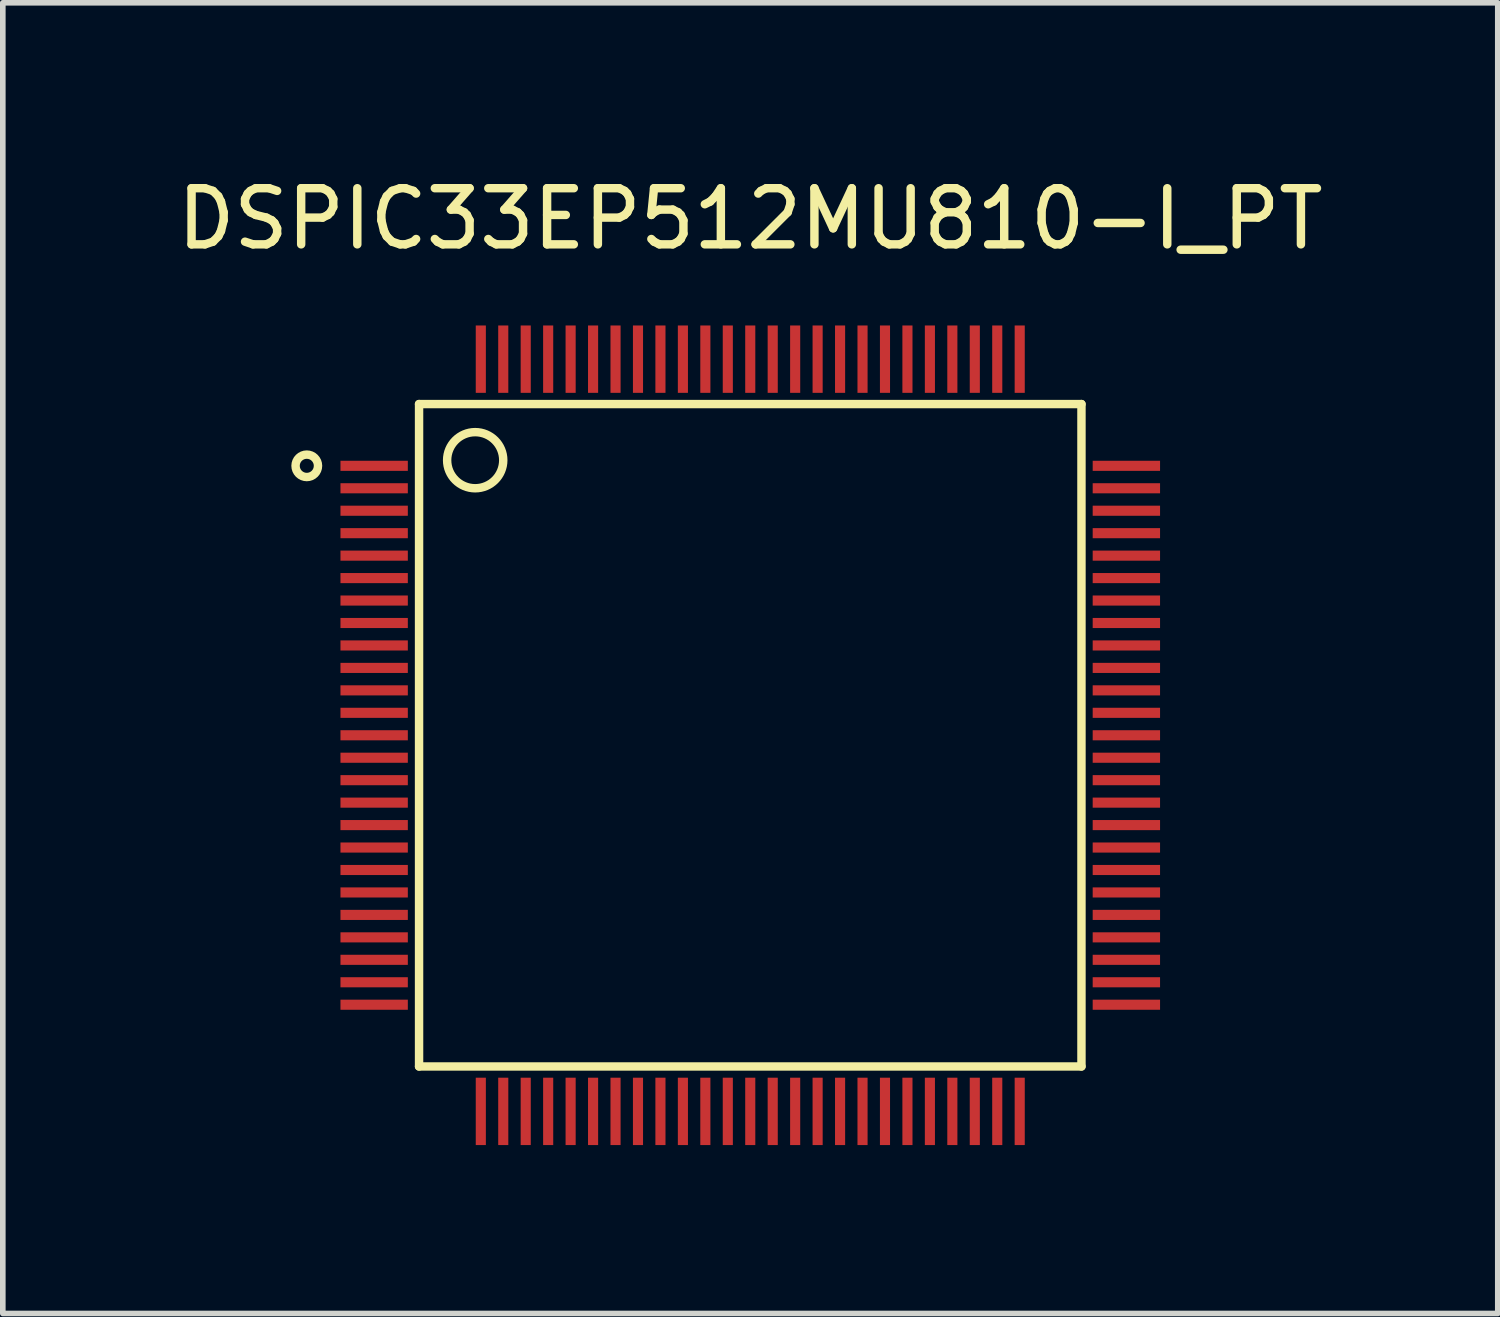
<source format=kicad_pcb>
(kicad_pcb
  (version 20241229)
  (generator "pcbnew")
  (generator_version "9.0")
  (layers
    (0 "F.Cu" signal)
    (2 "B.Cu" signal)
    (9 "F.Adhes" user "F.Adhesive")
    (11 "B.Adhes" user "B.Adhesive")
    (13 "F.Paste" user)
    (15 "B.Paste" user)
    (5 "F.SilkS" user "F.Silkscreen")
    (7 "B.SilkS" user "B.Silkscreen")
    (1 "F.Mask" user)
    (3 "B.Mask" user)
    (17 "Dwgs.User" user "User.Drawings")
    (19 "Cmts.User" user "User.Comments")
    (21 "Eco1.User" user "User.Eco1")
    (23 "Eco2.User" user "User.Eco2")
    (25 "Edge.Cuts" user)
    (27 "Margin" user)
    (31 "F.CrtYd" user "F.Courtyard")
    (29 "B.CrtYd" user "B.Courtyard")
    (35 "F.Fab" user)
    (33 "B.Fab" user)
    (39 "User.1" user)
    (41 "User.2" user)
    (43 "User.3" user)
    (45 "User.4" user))
  (footprint "DSPIC33EP512MU810-I_PT"
    (layer "F.Cu")
    (at 3.615 3.348)
    (property "Reference" "DSPIC33EP512MU810-I_PT" (at 6.7 -2.5 0) (layer "F.SilkS") (effects (font (size 1 1) (thickness 0.15))))
    (attr through_hole)
    (fp_line (start 0.8 0.8) (end 0.8 12.6) (stroke (width 0.15) (type solid)) (layer "F.SilkS"))
    (fp_line (start 0.8 0.8) (end 12.6 0.8) (stroke (width 0.15) (type solid)) (layer "F.SilkS"))
    (fp_line (start 0.8 12.6) (end 12.6 12.6) (stroke (width 0.15) (type solid)) (layer "F.SilkS"))
    (fp_line (start 12.6 12.6) (end 12.6 0.8) (stroke (width 0.15) (type solid)) (layer "F.SilkS"))
    (fp_circle (center -1.2 1.9) (end -1.2 1.7) (stroke (width 0.15) (type solid)) (fill no) (layer "F.SilkS"))
    (fp_circle (center 1.8 1.8) (end 1.8 1.3) (stroke (width 0.15) (type solid)) (fill no) (layer "F.SilkS"))
    (pad "1" smd rect (at 0 1.9) (size 1.2 0.18) (layers "F.Cu" "F.Mask" "F.Paste"))
    (pad "2" smd rect (at 0 2.3) (size 1.2 0.18) (layers "F.Cu" "F.Mask" "F.Paste"))
    (pad "3" smd rect (at 0 2.7) (size 1.2 0.18) (layers "F.Cu" "F.Mask" "F.Paste"))
    (pad "4" smd rect (at 0 3.1) (size 1.2 0.18) (layers "F.Cu" "F.Mask" "F.Paste"))
    (pad "5" smd rect (at 0 3.5) (size 1.2 0.18) (layers "F.Cu" "F.Mask" "F.Paste"))
    (pad "6" smd rect (at 0 3.9) (size 1.2 0.18) (layers "F.Cu" "F.Mask" "F.Paste"))
    (pad "7" smd rect (at 0 4.3) (size 1.2 0.18) (layers "F.Cu" "F.Mask" "F.Paste"))
    (pad "8" smd rect (at 0 4.7) (size 1.2 0.18) (layers "F.Cu" "F.Mask" "F.Paste"))
    (pad "9" smd rect (at 0 5.1) (size 1.2 0.18) (layers "F.Cu" "F.Mask" "F.Paste"))
    (pad "10" smd rect (at 0 5.5) (size 1.2 0.18) (layers "F.Cu" "F.Mask" "F.Paste"))
    (pad "11" smd rect (at 0 5.9) (size 1.2 0.18) (layers "F.Cu" "F.Mask" "F.Paste"))
    (pad "12" smd rect (at 0 6.3) (size 1.2 0.18) (layers "F.Cu" "F.Mask" "F.Paste"))
    (pad "13" smd rect (at 0 6.7) (size 1.2 0.18) (layers "F.Cu" "F.Mask" "F.Paste"))
    (pad "14" smd rect (at 0 7.1) (size 1.2 0.18) (layers "F.Cu" "F.Mask" "F.Paste"))
    (pad "15" smd rect (at 0 7.5) (size 1.2 0.18) (layers "F.Cu" "F.Mask" "F.Paste"))
    (pad "16" smd rect (at 0 7.9) (size 1.2 0.18) (layers "F.Cu" "F.Mask" "F.Paste"))
    (pad "17" smd rect (at 0 8.3) (size 1.2 0.18) (layers "F.Cu" "F.Mask" "F.Paste"))
    (pad "18" smd rect (at 0 8.7) (size 1.2 0.18) (layers "F.Cu" "F.Mask" "F.Paste"))
    (pad "19" smd rect (at 0 9.1) (size 1.2 0.18) (layers "F.Cu" "F.Mask" "F.Paste"))
    (pad "20" smd rect (at 0 9.5) (size 1.2 0.18) (layers "F.Cu" "F.Mask" "F.Paste"))
    (pad "21" smd rect (at 0 9.9) (size 1.2 0.18) (layers "F.Cu" "F.Mask" "F.Paste"))
    (pad "22" smd rect (at 0 10.3) (size 1.2 0.18) (layers "F.Cu" "F.Mask" "F.Paste"))
    (pad "23" smd rect (at 0 10.7) (size 1.2 0.18) (layers "F.Cu" "F.Mask" "F.Paste"))
    (pad "24" smd rect (at 0 11.1) (size 1.2 0.18) (layers "F.Cu" "F.Mask" "F.Paste"))
    (pad "25" smd rect (at 0 11.5) (size 1.2 0.18) (layers "F.Cu" "F.Mask" "F.Paste"))
    (pad "26" smd rect (at 1.9 13.4) (size 0.18 1.2) (layers "F.Cu" "F.Mask" "F.Paste"))
    (pad "27" smd rect (at 2.3 13.4) (size 0.18 1.2) (layers "F.Cu" "F.Mask" "F.Paste"))
    (pad "28" smd rect (at 2.7 13.4) (size 0.18 1.2) (layers "F.Cu" "F.Mask" "F.Paste"))
    (pad "29" smd rect (at 3.1 13.4) (size 0.18 1.2) (layers "F.Cu" "F.Mask" "F.Paste"))
    (pad "30" smd rect (at 3.5 13.4) (size 0.18 1.2) (layers "F.Cu" "F.Mask" "F.Paste"))
    (pad "31" smd rect (at 3.9 13.4) (size 0.18 1.2) (layers "F.Cu" "F.Mask" "F.Paste"))
    (pad "32" smd rect (at 4.3 13.4) (size 0.18 1.2) (layers "F.Cu" "F.Mask" "F.Paste"))
    (pad "33" smd rect (at 4.7 13.4) (size 0.18 1.2) (layers "F.Cu" "F.Mask" "F.Paste"))
    (pad "34" smd rect (at 5.1 13.4) (size 0.18 1.2) (layers "F.Cu" "F.Mask" "F.Paste"))
    (pad "35" smd rect (at 5.5 13.4) (size 0.18 1.2) (layers "F.Cu" "F.Mask" "F.Paste"))
    (pad "36" smd rect (at 5.9 13.4) (size 0.18 1.2) (layers "F.Cu" "F.Mask" "F.Paste"))
    (pad "37" smd rect (at 6.3 13.4) (size 0.18 1.2) (layers "F.Cu" "F.Mask" "F.Paste"))
    (pad "38" smd rect (at 6.7 13.4) (size 0.18 1.2) (layers "F.Cu" "F.Mask" "F.Paste"))
    (pad "39" smd rect (at 7.1 13.4) (size 0.18 1.2) (layers "F.Cu" "F.Mask" "F.Paste"))
    (pad "40" smd rect (at 7.5 13.4) (size 0.18 1.2) (layers "F.Cu" "F.Mask" "F.Paste"))
    (pad "41" smd rect (at 7.9 13.4) (size 0.18 1.2) (layers "F.Cu" "F.Mask" "F.Paste"))
    (pad "42" smd rect (at 8.3 13.4) (size 0.18 1.2) (layers "F.Cu" "F.Mask" "F.Paste"))
    (pad "43" smd rect (at 8.7 13.4) (size 0.18 1.2) (layers "F.Cu" "F.Mask" "F.Paste"))
    (pad "44" smd rect (at 9.1 13.4) (size 0.18 1.2) (layers "F.Cu" "F.Mask" "F.Paste"))
    (pad "45" smd rect (at 9.5 13.4) (size 0.18 1.2) (layers "F.Cu" "F.Mask" "F.Paste"))
    (pad "46" smd rect (at 9.9 13.4) (size 0.18 1.2) (layers "F.Cu" "F.Mask" "F.Paste"))
    (pad "47" smd rect (at 10.3 13.4) (size 0.18 1.2) (layers "F.Cu" "F.Mask" "F.Paste"))
    (pad "48" smd rect (at 10.7 13.4) (size 0.18 1.2) (layers "F.Cu" "F.Mask" "F.Paste"))
    (pad "49" smd rect (at 11.1 13.4) (size 0.18 1.2) (layers "F.Cu" "F.Mask" "F.Paste"))
    (pad "50" smd rect (at 11.5 13.4) (size 0.18 1.2) (layers "F.Cu" "F.Mask" "F.Paste"))
    (pad "51" smd rect (at 13.4 11.5) (size 1.2 0.18) (layers "F.Cu" "F.Mask" "F.Paste"))
    (pad "52" smd rect (at 13.4 11.1) (size 1.2 0.18) (layers "F.Cu" "F.Mask" "F.Paste"))
    (pad "53" smd rect (at 13.4 10.7) (size 1.2 0.18) (layers "F.Cu" "F.Mask" "F.Paste"))
    (pad "54" smd rect (at 13.4 10.3) (size 1.2 0.18) (layers "F.Cu" "F.Mask" "F.Paste"))
    (pad "55" smd rect (at 13.4 9.9) (size 1.2 0.18) (layers "F.Cu" "F.Mask" "F.Paste"))
    (pad "56" smd rect (at 13.4 9.5) (size 1.2 0.18) (layers "F.Cu" "F.Mask" "F.Paste"))
    (pad "57" smd rect (at 13.4 9.1) (size 1.2 0.18) (layers "F.Cu" "F.Mask" "F.Paste"))
    (pad "58" smd rect (at 13.4 8.7) (size 1.2 0.18) (layers "F.Cu" "F.Mask" "F.Paste"))
    (pad "59" smd rect (at 13.4 8.3) (size 1.2 0.18) (layers "F.Cu" "F.Mask" "F.Paste"))
    (pad "60" smd rect (at 13.4 7.9) (size 1.2 0.18) (layers "F.Cu" "F.Mask" "F.Paste"))
    (pad "61" smd rect (at 13.4 7.5) (size 1.2 0.18) (layers "F.Cu" "F.Mask" "F.Paste"))
    (pad "62" smd rect (at 13.4 7.1) (size 1.2 0.18) (layers "F.Cu" "F.Mask" "F.Paste"))
    (pad "63" smd rect (at 13.4 6.7) (size 1.2 0.18) (layers "F.Cu" "F.Mask" "F.Paste"))
    (pad "64" smd rect (at 13.4 6.3) (size 1.2 0.18) (layers "F.Cu" "F.Mask" "F.Paste"))
    (pad "65" smd rect (at 13.4 5.9) (size 1.2 0.18) (layers "F.Cu" "F.Mask" "F.Paste"))
    (pad "66" smd rect (at 13.4 5.5) (size 1.2 0.18) (layers "F.Cu" "F.Mask" "F.Paste"))
    (pad "67" smd rect (at 13.4 5.1) (size 1.2 0.18) (layers "F.Cu" "F.Mask" "F.Paste"))
    (pad "68" smd rect (at 13.4 4.7) (size 1.2 0.18) (layers "F.Cu" "F.Mask" "F.Paste"))
    (pad "69" smd rect (at 13.4 4.3) (size 1.2 0.18) (layers "F.Cu" "F.Mask" "F.Paste"))
    (pad "70" smd rect (at 13.4 3.9) (size 1.2 0.18) (layers "F.Cu" "F.Mask" "F.Paste"))
    (pad "71" smd rect (at 13.4 3.5) (size 1.2 0.18) (layers "F.Cu" "F.Mask" "F.Paste"))
    (pad "72" smd rect (at 13.4 3.1) (size 1.2 0.18) (layers "F.Cu" "F.Mask" "F.Paste"))
    (pad "73" smd rect (at 13.4 2.7) (size 1.2 0.18) (layers "F.Cu" "F.Mask" "F.Paste"))
    (pad "74" smd rect (at 13.4 2.3) (size 1.2 0.18) (layers "F.Cu" "F.Mask" "F.Paste"))
    (pad "75" smd rect (at 13.4 1.9) (size 1.2 0.18) (layers "F.Cu" "F.Mask" "F.Paste"))
    (pad "76" smd rect (at 11.5 0) (size 0.18 1.2) (layers "F.Cu" "F.Mask" "F.Paste"))
    (pad "77" smd rect (at 11.1 0) (size 0.18 1.2) (layers "F.Cu" "F.Mask" "F.Paste"))
    (pad "78" smd rect (at 10.7 0) (size 0.18 1.2) (layers "F.Cu" "F.Mask" "F.Paste"))
    (pad "79" smd rect (at 10.3 0) (size 0.18 1.2) (layers "F.Cu" "F.Mask" "F.Paste"))
    (pad "80" smd rect (at 9.9 0) (size 0.18 1.2) (layers "F.Cu" "F.Mask" "F.Paste"))
    (pad "81" smd rect (at 9.5 0) (size 0.18 1.2) (layers "F.Cu" "F.Mask" "F.Paste"))
    (pad "82" smd rect (at 9.1 0) (size 0.18 1.2) (layers "F.Cu" "F.Mask" "F.Paste"))
    (pad "83" smd rect (at 8.7 0) (size 0.18 1.2) (layers "F.Cu" "F.Mask" "F.Paste"))
    (pad "84" smd rect (at 8.3 0) (size 0.18 1.2) (layers "F.Cu" "F.Mask" "F.Paste"))
    (pad "85" smd rect (at 7.9 0) (size 0.18 1.2) (layers "F.Cu" "F.Mask" "F.Paste"))
    (pad "86" smd rect (at 7.5 0) (size 0.18 1.2) (layers "F.Cu" "F.Mask" "F.Paste"))
    (pad "87" smd rect (at 7.1 0) (size 0.18 1.2) (layers "F.Cu" "F.Mask" "F.Paste"))
    (pad "88" smd rect (at 6.7 0) (size 0.18 1.2) (layers "F.Cu" "F.Mask" "F.Paste"))
    (pad "89" smd rect (at 6.3 0) (size 0.18 1.2) (layers "F.Cu" "F.Mask" "F.Paste"))
    (pad "90" smd rect (at 5.9 0) (size 0.18 1.2) (layers "F.Cu" "F.Mask" "F.Paste"))
    (pad "91" smd rect (at 5.5 0) (size 0.18 1.2) (layers "F.Cu" "F.Mask" "F.Paste"))
    (pad "92" smd rect (at 5.1 0) (size 0.18 1.2) (layers "F.Cu" "F.Mask" "F.Paste"))
    (pad "93" smd rect (at 4.7 0) (size 0.18 1.2) (layers "F.Cu" "F.Mask" "F.Paste"))
    (pad "94" smd rect (at 4.3 0) (size 0.18 1.2) (layers "F.Cu" "F.Mask" "F.Paste"))
    (pad "95" smd rect (at 3.9 0) (size 0.18 1.2) (layers "F.Cu" "F.Mask" "F.Paste"))
    (pad "96" smd rect (at 3.5 0) (size 0.18 1.2) (layers "F.Cu" "F.Mask" "F.Paste"))
    (pad "97" smd rect (at 3.1 0) (size 0.18 1.2) (layers "F.Cu" "F.Mask" "F.Paste"))
    (pad "98" smd rect (at 2.7 0) (size 0.18 1.2) (layers "F.Cu" "F.Mask" "F.Paste"))
    (pad "99" smd rect (at 2.3 0) (size 0.18 1.2) (layers "F.Cu" "F.Mask" "F.Paste"))
    (pad "100" smd rect (at 1.9 0) (size 0.18 1.2) (layers "F.Cu" "F.Mask" "F.Paste")))
  (gr_rect
    (start -3 -3)
    (end 23.631 20.348)
    (stroke (width 0.1) (type default))
    (fill no)
    (layer "Edge.Cuts")))
</source>
